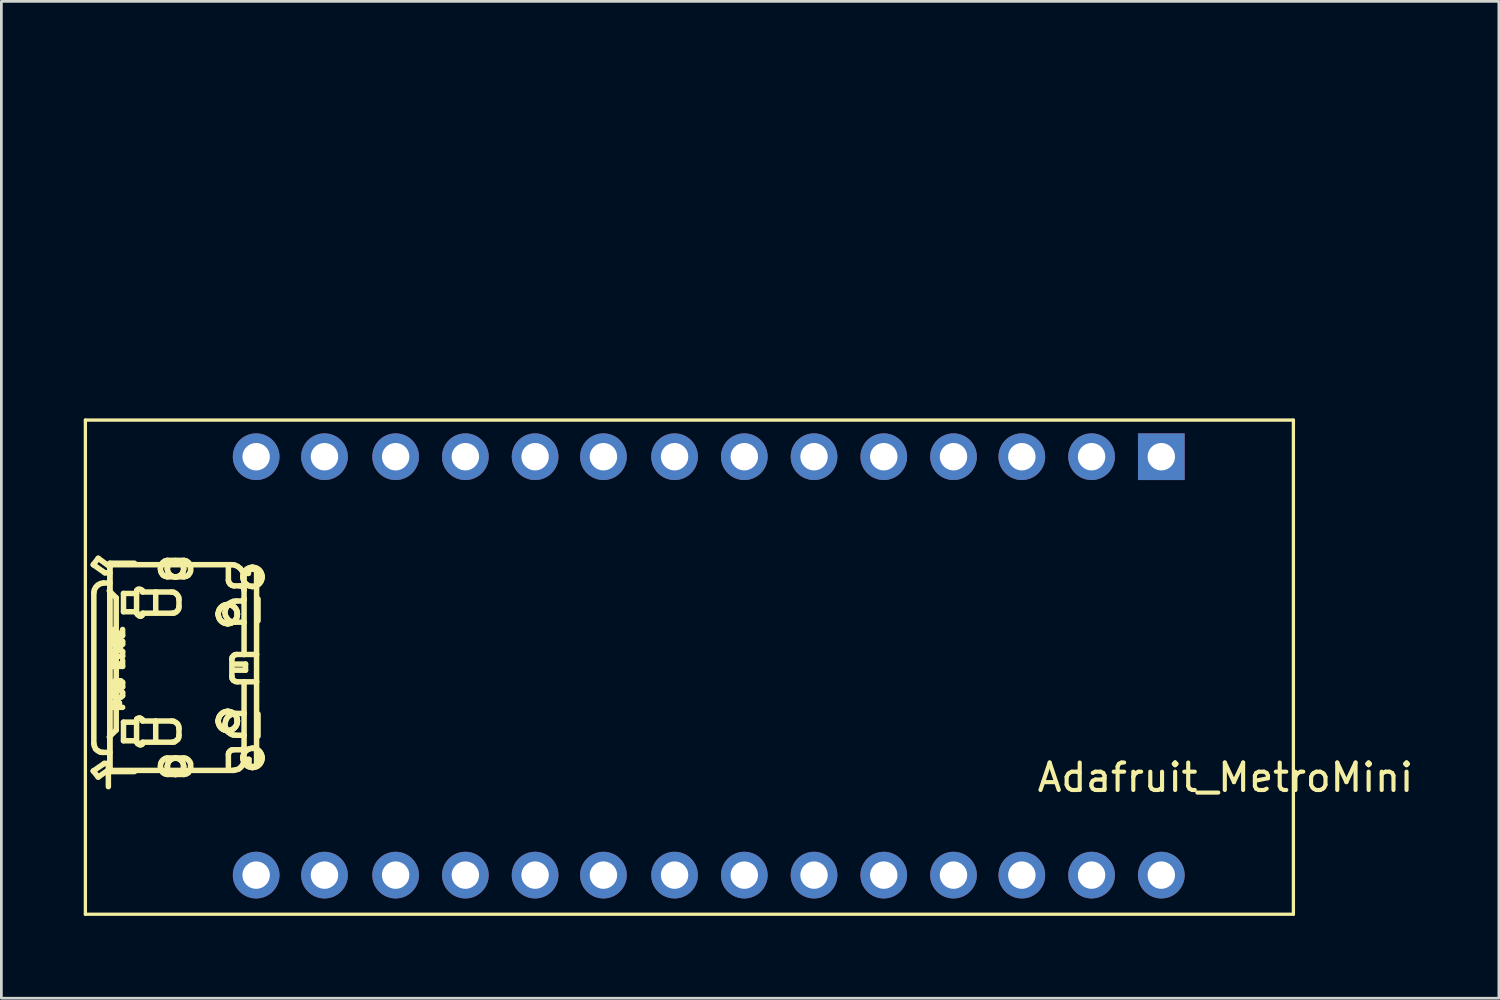
<source format=kicad_pcb>
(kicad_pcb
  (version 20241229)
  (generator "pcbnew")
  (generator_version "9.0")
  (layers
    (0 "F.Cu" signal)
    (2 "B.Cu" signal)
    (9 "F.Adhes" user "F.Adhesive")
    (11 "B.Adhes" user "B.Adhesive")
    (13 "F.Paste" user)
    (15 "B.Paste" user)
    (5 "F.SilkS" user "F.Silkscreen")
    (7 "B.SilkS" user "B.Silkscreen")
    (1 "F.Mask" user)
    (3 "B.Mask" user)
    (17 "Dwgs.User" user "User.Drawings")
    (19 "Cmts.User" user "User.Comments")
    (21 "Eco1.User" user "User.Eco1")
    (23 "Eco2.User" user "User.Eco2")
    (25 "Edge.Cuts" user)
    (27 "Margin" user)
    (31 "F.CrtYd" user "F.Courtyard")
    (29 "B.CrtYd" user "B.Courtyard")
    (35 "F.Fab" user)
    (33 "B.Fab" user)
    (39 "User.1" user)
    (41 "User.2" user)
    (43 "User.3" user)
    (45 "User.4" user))
  (footprint "Adafruit_MetroMini"
    (layer "F.Cu")
    (at 24.06 0.25)
    (property "Reference" "Adafruit_MetroMini" (at 17.526 25.019 0) (layer "F.SilkS") (effects (font (size 1 1) (thickness 0.15))))
    (attr through_hole)
    (fp_line (start -24 12) (end 20 12) (stroke (width 0.12) (type solid)) (layer "F.SilkS"))
    (fp_line (start -24 30) (end -24 12) (stroke (width 0.12) (type solid)) (layer "F.SilkS"))
    (fp_line (start -23.713 17.268) (end -23.29 17.564) (stroke (width 0.2) (type solid)) (layer "F.SilkS"))
    (fp_line (start -23.713 24.782) (end -23.311 24.507) (stroke (width 0.2) (type solid)) (layer "F.SilkS"))
    (fp_line (start -23.692 18.284) (end -23.692 23.787) (stroke (width 0.2) (type solid)) (layer "F.SilkS"))
    (fp_line (start -23.692 23.787) (end -23.671 23.882) (stroke (width 0.2) (type solid)) (layer "F.SilkS"))
    (fp_line (start -23.671 18.178) (end -23.692 18.284) (stroke (width 0.2) (type solid)) (layer "F.SilkS"))
    (fp_line (start -23.671 23.882) (end -23.628 23.978) (stroke (width 0.2) (type solid)) (layer "F.SilkS"))
    (fp_line (start -23.628 23.978) (end -23.554 24.041) (stroke (width 0.2) (type solid)) (layer "F.SilkS"))
    (fp_line (start -23.618 18.083) (end -23.671 18.178) (stroke (width 0.2) (type solid)) (layer "F.SilkS"))
    (fp_line (start -23.554 24.041) (end -23.459 24.094) (stroke (width 0.2) (type solid)) (layer "F.SilkS"))
    (fp_line (start -23.544 18.009) (end -23.618 18.083) (stroke (width 0.2) (type solid)) (layer "F.SilkS"))
    (fp_line (start -23.533 17.035) (end -23.713 17.268) (stroke (width 0.2) (type solid)) (layer "F.SilkS"))
    (fp_line (start -23.533 17.035) (end -23.11 17.342) (stroke (width 0.2) (type solid)) (layer "F.SilkS"))
    (fp_line (start -23.533 25.004) (end -23.713 24.782) (stroke (width 0.2) (type solid)) (layer "F.SilkS"))
    (fp_line (start -23.459 24.094) (end -23.364 24.105) (stroke (width 0.2) (type solid)) (layer "F.SilkS"))
    (fp_line (start -23.448 17.956) (end -23.544 18.009) (stroke (width 0.2) (type solid)) (layer "F.SilkS"))
    (fp_line (start -23.364 24.105) (end -23.11 24.105) (stroke (width 0.2) (type solid)) (layer "F.SilkS"))
    (fp_line (start -23.343 17.935) (end -23.448 17.956) (stroke (width 0.2) (type solid)) (layer "F.SilkS"))
    (fp_line (start -23.311 24.507) (end -23.163 24.507) (stroke (width 0.2) (type solid)) (layer "F.SilkS"))
    (fp_line (start -23.29 17.564) (end -23.11 17.564) (stroke (width 0.2) (type solid)) (layer "F.SilkS"))
    (fp_line (start -23.163 24.507) (end -23.163 25.353) (stroke (width 0.2) (type solid)) (layer "F.SilkS"))
    (fp_line (start -23.131 18.22) (end -22.877 18.474) (stroke (width 0.2) (type solid)) (layer "F.SilkS"))
    (fp_line (start -23.11 17.215) (end -23.11 24.803) (stroke (width 0.2) (type solid)) (layer "F.SilkS"))
    (fp_line (start -23.11 17.268) (end -23.11 17.342) (stroke (width 0.2) (type solid)) (layer "F.SilkS"))
    (fp_line (start -23.11 17.342) (end -23.11 17.564) (stroke (width 0.2) (type solid)) (layer "F.SilkS"))
    (fp_line (start -23.11 17.564) (end -23.11 17.935) (stroke (width 0.2) (type solid)) (layer "F.SilkS"))
    (fp_line (start -23.11 17.935) (end -23.343 17.935) (stroke (width 0.2) (type solid)) (layer "F.SilkS"))
    (fp_line (start -23.11 17.935) (end -23.11 24.105) (stroke (width 0.2) (type solid)) (layer "F.SilkS"))
    (fp_line (start -23.11 24.105) (end -23.11 24.708) (stroke (width 0.2) (type solid)) (layer "F.SilkS"))
    (fp_line (start -23.11 24.708) (end -23.533 25.004) (stroke (width 0.2) (type solid)) (layer "F.SilkS"))
    (fp_line (start -23.11 24.708) (end -23.11 24.761) (stroke (width 0.2) (type solid)) (layer "F.SilkS"))
    (fp_line (start -23.11 24.761) (end -18.612 24.761) (stroke (width 0.2) (type solid)) (layer "F.SilkS"))
    (fp_line (start -23.11 24.803) (end -22.21 24.803) (stroke (width 0.2) (type solid)) (layer "F.SilkS"))
    (fp_line (start -22.983 19.628) (end -22.983 19.85) (stroke (width 0.2) (type solid)) (layer "F.SilkS"))
    (fp_line (start -22.983 19.85) (end -22.644 19.85) (stroke (width 0.2) (type solid)) (layer "F.SilkS"))
    (fp_line (start -22.983 20.062) (end -22.983 20.168) (stroke (width 0.2) (type solid)) (layer "F.SilkS"))
    (fp_line (start -22.983 20.168) (end -22.919 20.221) (stroke (width 0.2) (type solid)) (layer "F.SilkS"))
    (fp_line (start -22.983 20.432) (end -22.983 20.602) (stroke (width 0.2) (type solid)) (layer "F.SilkS"))
    (fp_line (start -22.983 20.602) (end -22.644 20.602) (stroke (width 0.2) (type solid)) (layer "F.SilkS"))
    (fp_line (start -22.983 20.75) (end -22.983 20.972) (stroke (width 0.2) (type solid)) (layer "F.SilkS"))
    (fp_line (start -22.983 20.972) (end -22.644 20.972) (stroke (width 0.2) (type solid)) (layer "F.SilkS"))
    (fp_line (start -22.983 21.554) (end -22.919 21.501) (stroke (width 0.2) (type solid)) (layer "F.SilkS"))
    (fp_line (start -22.983 21.723) (end -22.983 21.554) (stroke (width 0.2) (type solid)) (layer "F.SilkS"))
    (fp_line (start -22.983 21.924) (end -22.983 22.041) (stroke (width 0.2) (type solid)) (layer "F.SilkS"))
    (fp_line (start -22.983 22.041) (end -22.919 22.094) (stroke (width 0.2) (type solid)) (layer "F.SilkS"))
    (fp_line (start -22.983 22.305) (end -22.919 22.253) (stroke (width 0.2) (type solid)) (layer "F.SilkS"))
    (fp_line (start -22.983 22.464) (end -22.983 22.305) (stroke (width 0.2) (type solid)) (layer "F.SilkS"))
    (fp_line (start -22.919 20.009) (end -22.983 20.062) (stroke (width 0.2) (type solid)) (layer "F.SilkS"))
    (fp_line (start -22.919 20.221) (end -22.708 20.221) (stroke (width 0.2) (type solid)) (layer "F.SilkS"))
    (fp_line (start -22.919 20.379) (end -22.983 20.432) (stroke (width 0.2) (type solid)) (layer "F.SilkS"))
    (fp_line (start -22.919 21.501) (end -22.866 21.501) (stroke (width 0.2) (type solid)) (layer "F.SilkS"))
    (fp_line (start -22.919 21.872) (end -22.983 21.924) (stroke (width 0.2) (type solid)) (layer "F.SilkS"))
    (fp_line (start -22.919 22.094) (end -22.708 22.094) (stroke (width 0.2) (type solid)) (layer "F.SilkS"))
    (fp_line (start -22.919 22.253) (end -22.813 22.253) (stroke (width 0.2) (type solid)) (layer "F.SilkS"))
    (fp_line (start -22.877 18.474) (end -22.877 23.29) (stroke (width 0.2) (type solid)) (layer "F.SilkS"))
    (fp_line (start -22.877 23.29) (end -23.131 23.544) (stroke (width 0.2) (type solid)) (layer "F.SilkS"))
    (fp_line (start -22.866 21.501) (end -22.813 21.554) (stroke (width 0.2) (type solid)) (layer "F.SilkS"))
    (fp_line (start -22.813 19.85) (end -22.813 19.744) (stroke (width 0.2) (type solid)) (layer "F.SilkS"))
    (fp_line (start -22.813 20.009) (end -22.813 20.115) (stroke (width 0.2) (type solid)) (layer "F.SilkS"))
    (fp_line (start -22.813 20.972) (end -22.813 20.866) (stroke (width 0.2) (type solid)) (layer "F.SilkS"))
    (fp_line (start -22.813 21.554) (end -22.761 21.501) (stroke (width 0.2) (type solid)) (layer "F.SilkS"))
    (fp_line (start -22.813 21.723) (end -22.813 21.554) (stroke (width 0.2) (type solid)) (layer "F.SilkS"))
    (fp_line (start -22.813 22.253) (end -22.761 22.305) (stroke (width 0.2) (type solid)) (layer "F.SilkS"))
    (fp_line (start -22.761 21.501) (end -22.708 21.501) (stroke (width 0.2) (type solid)) (layer "F.SilkS"))
    (fp_line (start -22.761 22.305) (end -22.761 22.464) (stroke (width 0.2) (type solid)) (layer "F.SilkS"))
    (fp_line (start -22.708 20.009) (end -22.813 20.009) (stroke (width 0.2) (type solid)) (layer "F.SilkS"))
    (fp_line (start -22.708 20.221) (end -22.644 20.168) (stroke (width 0.2) (type solid)) (layer "F.SilkS"))
    (fp_line (start -22.708 20.379) (end -22.919 20.379) (stroke (width 0.2) (type solid)) (layer "F.SilkS"))
    (fp_line (start -22.708 21.501) (end -22.644 21.554) (stroke (width 0.2) (type solid)) (layer "F.SilkS"))
    (fp_line (start -22.708 22.094) (end -22.644 22.041) (stroke (width 0.2) (type solid)) (layer "F.SilkS"))
    (fp_line (start -22.644 19.85) (end -22.644 19.628) (stroke (width 0.2) (type solid)) (layer "F.SilkS"))
    (fp_line (start -22.644 20.062) (end -22.708 20.009) (stroke (width 0.2) (type solid)) (layer "F.SilkS"))
    (fp_line (start -22.644 20.168) (end -22.644 20.062) (stroke (width 0.2) (type solid)) (layer "F.SilkS"))
    (fp_line (start -22.644 20.432) (end -22.708 20.379) (stroke (width 0.2) (type solid)) (layer "F.SilkS"))
    (fp_line (start -22.644 20.602) (end -22.644 20.432) (stroke (width 0.2) (type solid)) (layer "F.SilkS"))
    (fp_line (start -22.644 20.972) (end -22.644 20.75) (stroke (width 0.2) (type solid)) (layer "F.SilkS"))
    (fp_line (start -22.644 21.554) (end -22.644 21.723) (stroke (width 0.2) (type solid)) (layer "F.SilkS"))
    (fp_line (start -22.644 21.723) (end -22.983 21.723) (stroke (width 0.2) (type solid)) (layer "F.SilkS"))
    (fp_line (start -22.644 21.924) (end -22.708 21.872) (stroke (width 0.2) (type solid)) (layer "F.SilkS"))
    (fp_line (start -22.644 22.041) (end -22.644 21.924) (stroke (width 0.2) (type solid)) (layer "F.SilkS"))
    (fp_line (start -22.644 22.464) (end -22.983 22.464) (stroke (width 0.2) (type solid)) (layer "F.SilkS"))
    (fp_line (start -22.612 18.316) (end -22.136 18.316) (stroke (width 0.2) (type solid)) (layer "F.SilkS"))
    (fp_line (start -22.612 18.982) (end -22.612 18.316) (stroke (width 0.2) (type solid)) (layer "F.SilkS"))
    (fp_line (start -22.612 23.004) (end -22.136 23.004) (stroke (width 0.2) (type solid)) (layer "F.SilkS"))
    (fp_line (start -22.612 23.681) (end -22.612 23.004) (stroke (width 0.2) (type solid)) (layer "F.SilkS"))
    (fp_line (start -22.21 17.215) (end -23.11 17.215) (stroke (width 0.2) (type solid)) (layer "F.SilkS"))
    (fp_line (start -22.136 18.316) (end -22.136 18.241) (stroke (width 0.2) (type solid)) (layer "F.SilkS"))
    (fp_line (start -22.136 18.316) (end -22.136 19.014) (stroke (width 0.2) (type solid)) (layer "F.SilkS"))
    (fp_line (start -22.136 18.982) (end -22.612 18.982) (stroke (width 0.2) (type solid)) (layer "F.SilkS"))
    (fp_line (start -22.136 18.982) (end -22.126 19.046) (stroke (width 0.2) (type solid)) (layer "F.SilkS"))
    (fp_line (start -22.136 23.004) (end -22.136 22.93) (stroke (width 0.2) (type solid)) (layer "F.SilkS"))
    (fp_line (start -22.136 23.004) (end -22.136 23.713) (stroke (width 0.2) (type solid)) (layer "F.SilkS"))
    (fp_line (start -22.136 23.681) (end -22.612 23.681) (stroke (width 0.2) (type solid)) (layer "F.SilkS"))
    (fp_line (start -22.136 23.681) (end -22.126 23.745) (stroke (width 0.2) (type solid)) (layer "F.SilkS"))
    (fp_line (start -22.126 18.199) (end -22.136 18.241) (stroke (width 0.2) (type solid)) (layer "F.SilkS"))
    (fp_line (start -22.126 19.046) (end -22.094 19.088) (stroke (width 0.2) (type solid)) (layer "F.SilkS"))
    (fp_line (start -22.126 22.888) (end -22.136 22.93) (stroke (width 0.2) (type solid)) (layer "F.SilkS"))
    (fp_line (start -22.126 23.745) (end -22.094 23.787) (stroke (width 0.2) (type solid)) (layer "F.SilkS"))
    (fp_line (start -22.094 19.088) (end -22.041 19.13) (stroke (width 0.2) (type solid)) (layer "F.SilkS"))
    (fp_line (start -22.094 23.787) (end -22.041 23.819) (stroke (width 0.2) (type solid)) (layer "F.SilkS"))
    (fp_line (start -22.083 18.167) (end -22.126 18.199) (stroke (width 0.2) (type solid)) (layer "F.SilkS"))
    (fp_line (start -22.083 22.866) (end -22.126 22.888) (stroke (width 0.2) (type solid)) (layer "F.SilkS"))
    (fp_line (start -22.041 18.167) (end -22.083 18.167) (stroke (width 0.2) (type solid)) (layer "F.SilkS"))
    (fp_line (start -22.041 18.167) (end -22.009 18.167) (stroke (width 0.2) (type solid)) (layer "F.SilkS"))
    (fp_line (start -22.041 19.13) (end -21.988 19.141) (stroke (width 0.2) (type solid)) (layer "F.SilkS"))
    (fp_line (start -22.041 22.856) (end -22.083 22.866) (stroke (width 0.2) (type solid)) (layer "F.SilkS"))
    (fp_line (start -22.041 22.856) (end -22.009 22.856) (stroke (width 0.2) (type solid)) (layer "F.SilkS"))
    (fp_line (start -22.041 23.819) (end -21.988 23.829) (stroke (width 0.2) (type solid)) (layer "F.SilkS"))
    (fp_line (start -21.988 19.141) (end -21.956 19.13) (stroke (width 0.2) (type solid)) (layer "F.SilkS"))
    (fp_line (start -21.988 23.829) (end -21.956 23.819) (stroke (width 0.2) (type solid)) (layer "F.SilkS"))
    (fp_line (start -21.967 18.178) (end -22.009 18.167) (stroke (width 0.2) (type solid)) (layer "F.SilkS"))
    (fp_line (start -21.967 22.877) (end -22.009 22.856) (stroke (width 0.2) (type solid)) (layer "F.SilkS"))
    (fp_line (start -21.956 19.13) (end -21.924 19.099) (stroke (width 0.2) (type solid)) (layer "F.SilkS"))
    (fp_line (start -21.956 23.819) (end -21.924 23.798) (stroke (width 0.2) (type solid)) (layer "F.SilkS"))
    (fp_line (start -21.924 18.21) (end -21.967 18.178) (stroke (width 0.2) (type solid)) (layer "F.SilkS"))
    (fp_line (start -21.924 19.099) (end -21.914 19.067) (stroke (width 0.2) (type solid)) (layer "F.SilkS"))
    (fp_line (start -21.924 22.909) (end -21.967 22.877) (stroke (width 0.2) (type solid)) (layer "F.SilkS"))
    (fp_line (start -21.924 23.798) (end -21.914 23.755) (stroke (width 0.2) (type solid)) (layer "F.SilkS"))
    (fp_line (start -21.914 18.263) (end -21.924 18.21) (stroke (width 0.2) (type solid)) (layer "F.SilkS"))
    (fp_line (start -21.914 18.263) (end -21.438 18.263) (stroke (width 0.2) (type solid)) (layer "F.SilkS"))
    (fp_line (start -21.914 19.035) (end -21.914 19.067) (stroke (width 0.2) (type solid)) (layer "F.SilkS"))
    (fp_line (start -21.914 22.962) (end -21.924 22.909) (stroke (width 0.2) (type solid)) (layer "F.SilkS"))
    (fp_line (start -21.914 22.962) (end -21.438 22.962) (stroke (width 0.2) (type solid)) (layer "F.SilkS"))
    (fp_line (start -21.914 23.734) (end -21.914 23.755) (stroke (width 0.2) (type solid)) (layer "F.SilkS"))
    (fp_line (start -21.438 18.263) (end -21.438 19.014) (stroke (width 0.2) (type solid)) (layer "F.SilkS"))
    (fp_line (start -21.438 18.263) (end -20.866 18.263) (stroke (width 0.2) (type solid)) (layer "F.SilkS"))
    (fp_line (start -21.438 22.962) (end -21.438 23.713) (stroke (width 0.2) (type solid)) (layer "F.SilkS"))
    (fp_line (start -21.438 22.962) (end -20.866 22.962) (stroke (width 0.2) (type solid)) (layer "F.SilkS"))
    (fp_line (start -21.268 17.416) (end -21.258 17.501) (stroke (width 0.2) (type solid)) (layer "F.SilkS"))
    (fp_line (start -21.268 24.613) (end -21.258 24.697) (stroke (width 0.2) (type solid)) (layer "F.SilkS"))
    (fp_line (start -21.258 17.331) (end -21.268 17.416) (stroke (width 0.2) (type solid)) (layer "F.SilkS"))
    (fp_line (start -21.258 17.501) (end -21.226 17.575) (stroke (width 0.2) (type solid)) (layer "F.SilkS"))
    (fp_line (start -21.258 24.517) (end -21.268 24.613) (stroke (width 0.2) (type solid)) (layer "F.SilkS"))
    (fp_line (start -21.258 24.697) (end -21.226 24.771) (stroke (width 0.2) (type solid)) (layer "F.SilkS"))
    (fp_line (start -21.226 17.247) (end -21.258 17.331) (stroke (width 0.2) (type solid)) (layer "F.SilkS"))
    (fp_line (start -21.226 17.575) (end -21.173 17.649) (stroke (width 0.2) (type solid)) (layer "F.SilkS"))
    (fp_line (start -21.226 24.443) (end -21.258 24.517) (stroke (width 0.2) (type solid)) (layer "F.SilkS"))
    (fp_line (start -21.226 24.771) (end -21.173 24.845) (stroke (width 0.2) (type solid)) (layer "F.SilkS"))
    (fp_line (start -21.173 17.183) (end -21.226 17.247) (stroke (width 0.2) (type solid)) (layer "F.SilkS"))
    (fp_line (start -21.173 17.649) (end -21.099 17.691) (stroke (width 0.2) (type solid)) (layer "F.SilkS"))
    (fp_line (start -21.173 24.38) (end -21.226 24.443) (stroke (width 0.2) (type solid)) (layer "F.SilkS"))
    (fp_line (start -21.173 24.845) (end -21.099 24.888) (stroke (width 0.2) (type solid)) (layer "F.SilkS"))
    (fp_line (start -21.099 17.13) (end -21.173 17.183) (stroke (width 0.2) (type solid)) (layer "F.SilkS"))
    (fp_line (start -21.099 17.691) (end -21.014 17.712) (stroke (width 0.2) (type solid)) (layer "F.SilkS"))
    (fp_line (start -21.099 24.327) (end -21.173 24.38) (stroke (width 0.2) (type solid)) (layer "F.SilkS"))
    (fp_line (start -21.099 24.888) (end -21.014 24.909) (stroke (width 0.2) (type solid)) (layer "F.SilkS"))
    (fp_line (start -21.014 17.109) (end -21.099 17.13) (stroke (width 0.2) (type solid)) (layer "F.SilkS"))
    (fp_line (start -21.014 17.109) (end -20.411 17.109) (stroke (width 0.2) (type solid)) (layer "F.SilkS"))
    (fp_line (start -21.014 24.306) (end -21.099 24.327) (stroke (width 0.2) (type solid)) (layer "F.SilkS"))
    (fp_line (start -21.014 24.306) (end -20.411 24.306) (stroke (width 0.2) (type solid)) (layer "F.SilkS"))
    (fp_line (start -20.834 19.035) (end -21.914 19.035) (stroke (width 0.2) (type solid)) (layer "F.SilkS"))
    (fp_line (start -20.834 19.035) (end -20.76 19.025) (stroke (width 0.2) (type solid)) (layer "F.SilkS"))
    (fp_line (start -20.834 23.734) (end -21.914 23.734) (stroke (width 0.2) (type solid)) (layer "F.SilkS"))
    (fp_line (start -20.834 23.734) (end -20.76 23.724) (stroke (width 0.2) (type solid)) (layer "F.SilkS"))
    (fp_line (start -20.781 18.273) (end -20.866 18.263) (stroke (width 0.2) (type solid)) (layer "F.SilkS"))
    (fp_line (start -20.781 22.972) (end -20.866 22.962) (stroke (width 0.2) (type solid)) (layer "F.SilkS"))
    (fp_line (start -20.76 19.025) (end -20.697 18.993) (stroke (width 0.2) (type solid)) (layer "F.SilkS"))
    (fp_line (start -20.76 23.724) (end -20.697 23.681) (stroke (width 0.2) (type solid)) (layer "F.SilkS"))
    (fp_line (start -20.707 18.316) (end -20.781 18.273) (stroke (width 0.2) (type solid)) (layer "F.SilkS"))
    (fp_line (start -20.707 23.015) (end -20.781 22.972) (stroke (width 0.2) (type solid)) (layer "F.SilkS"))
    (fp_line (start -20.697 18.993) (end -20.633 18.929) (stroke (width 0.2) (type solid)) (layer "F.SilkS"))
    (fp_line (start -20.697 23.681) (end -20.633 23.628) (stroke (width 0.2) (type solid)) (layer "F.SilkS"))
    (fp_line (start -20.644 18.379) (end -20.707 18.316) (stroke (width 0.2) (type solid)) (layer "F.SilkS"))
    (fp_line (start -20.644 23.067) (end -20.707 23.015) (stroke (width 0.2) (type solid)) (layer "F.SilkS"))
    (fp_line (start -20.633 18.929) (end -20.602 18.866) (stroke (width 0.2) (type solid)) (layer "F.SilkS"))
    (fp_line (start -20.633 23.628) (end -20.602 23.565) (stroke (width 0.2) (type solid)) (layer "F.SilkS"))
    (fp_line (start -20.602 18.453) (end -20.644 18.379) (stroke (width 0.2) (type solid)) (layer "F.SilkS"))
    (fp_line (start -20.602 18.866) (end -20.591 18.792) (stroke (width 0.2) (type solid)) (layer "F.SilkS"))
    (fp_line (start -20.602 23.152) (end -20.644 23.067) (stroke (width 0.2) (type solid)) (layer "F.SilkS"))
    (fp_line (start -20.602 23.565) (end -20.591 23.48) (stroke (width 0.2) (type solid)) (layer "F.SilkS"))
    (fp_line (start -20.591 18.538) (end -20.602 18.453) (stroke (width 0.2) (type solid)) (layer "F.SilkS"))
    (fp_line (start -20.591 18.538) (end -20.591 18.792) (stroke (width 0.2) (type solid)) (layer "F.SilkS"))
    (fp_line (start -20.591 23.237) (end -20.602 23.152) (stroke (width 0.2) (type solid)) (layer "F.SilkS"))
    (fp_line (start -20.591 23.237) (end -20.591 23.48) (stroke (width 0.2) (type solid)) (layer "F.SilkS"))
    (fp_line (start -20.411 17.712) (end -21.014 17.712) (stroke (width 0.2) (type solid)) (layer "F.SilkS"))
    (fp_line (start -20.411 17.712) (end -20.326 17.691) (stroke (width 0.2) (type solid)) (layer "F.SilkS"))
    (fp_line (start -20.411 24.909) (end -21.014 24.909) (stroke (width 0.2) (type solid)) (layer "F.SilkS"))
    (fp_line (start -20.411 24.909) (end -20.326 24.888) (stroke (width 0.2) (type solid)) (layer "F.SilkS"))
    (fp_line (start -20.326 17.13) (end -20.411 17.109) (stroke (width 0.2) (type solid)) (layer "F.SilkS"))
    (fp_line (start -20.326 17.691) (end -20.252 17.649) (stroke (width 0.2) (type solid)) (layer "F.SilkS"))
    (fp_line (start -20.326 24.327) (end -20.411 24.306) (stroke (width 0.2) (type solid)) (layer "F.SilkS"))
    (fp_line (start -20.326 24.888) (end -20.252 24.845) (stroke (width 0.2) (type solid)) (layer "F.SilkS"))
    (fp_line (start -20.252 17.183) (end -20.326 17.13) (stroke (width 0.2) (type solid)) (layer "F.SilkS"))
    (fp_line (start -20.252 17.649) (end -20.199 17.575) (stroke (width 0.2) (type solid)) (layer "F.SilkS"))
    (fp_line (start -20.252 24.38) (end -20.326 24.327) (stroke (width 0.2) (type solid)) (layer "F.SilkS"))
    (fp_line (start -20.252 24.845) (end -20.199 24.771) (stroke (width 0.2) (type solid)) (layer "F.SilkS"))
    (fp_line (start -20.199 17.247) (end -20.252 17.183) (stroke (width 0.2) (type solid)) (layer "F.SilkS"))
    (fp_line (start -20.199 17.575) (end -20.168 17.501) (stroke (width 0.2) (type solid)) (layer "F.SilkS"))
    (fp_line (start -20.199 24.443) (end -20.252 24.38) (stroke (width 0.2) (type solid)) (layer "F.SilkS"))
    (fp_line (start -20.199 24.771) (end -20.168 24.697) (stroke (width 0.2) (type solid)) (layer "F.SilkS"))
    (fp_line (start -20.168 17.331) (end -20.199 17.247) (stroke (width 0.2) (type solid)) (layer "F.SilkS"))
    (fp_line (start -20.168 17.416) (end -20.168 17.331) (stroke (width 0.2) (type solid)) (layer "F.SilkS"))
    (fp_line (start -20.168 17.501) (end -20.168 17.416) (stroke (width 0.2) (type solid)) (layer "F.SilkS"))
    (fp_line (start -20.168 24.517) (end -20.199 24.443) (stroke (width 0.2) (type solid)) (layer "F.SilkS"))
    (fp_line (start -20.168 24.613) (end -20.168 24.517) (stroke (width 0.2) (type solid)) (layer "F.SilkS"))
    (fp_line (start -20.168 24.697) (end -20.168 24.613) (stroke (width 0.2) (type solid)) (layer "F.SilkS"))
    (fp_line (start -18.919 19.014) (end -18.898 19.12) (stroke (width 0.2) (type solid)) (layer "F.SilkS"))
    (fp_line (start -18.919 23.089) (end -18.898 23.184) (stroke (width 0.2) (type solid)) (layer "F.SilkS"))
    (fp_line (start -18.898 18.898) (end -18.919 19.014) (stroke (width 0.2) (type solid)) (layer "F.SilkS"))
    (fp_line (start -18.898 19.12) (end -18.845 19.215) (stroke (width 0.2) (type solid)) (layer "F.SilkS"))
    (fp_line (start -18.898 22.983) (end -18.919 23.089) (stroke (width 0.2) (type solid)) (layer "F.SilkS"))
    (fp_line (start -18.898 23.184) (end -18.866 23.279) (stroke (width 0.2) (type solid)) (layer "F.SilkS"))
    (fp_line (start -18.866 22.888) (end -18.898 22.983) (stroke (width 0.2) (type solid)) (layer "F.SilkS"))
    (fp_line (start -18.866 23.279) (end -18.802 23.364) (stroke (width 0.2) (type solid)) (layer "F.SilkS"))
    (fp_line (start -18.855 18.802) (end -18.898 18.898) (stroke (width 0.2) (type solid)) (layer "F.SilkS"))
    (fp_line (start -18.845 19.215) (end -18.771 19.3) (stroke (width 0.2) (type solid)) (layer "F.SilkS"))
    (fp_line (start -18.802 22.803) (end -18.866 22.888) (stroke (width 0.2) (type solid)) (layer "F.SilkS"))
    (fp_line (start -18.802 23.364) (end -18.718 23.427) (stroke (width 0.2) (type solid)) (layer "F.SilkS"))
    (fp_line (start -18.792 17.289) (end -18.792 17.839) (stroke (width 0.2) (type solid)) (layer "F.SilkS"))
    (fp_line (start -18.792 17.839) (end -18.771 17.913) (stroke (width 0.2) (type solid)) (layer "F.SilkS"))
    (fp_line (start -18.792 18.707) (end -18.855 18.802) (stroke (width 0.2) (type solid)) (layer "F.SilkS"))
    (fp_line (start -18.792 24.179) (end -18.792 24.729) (stroke (width 0.2) (type solid)) (layer "F.SilkS"))
    (fp_line (start -18.781 24.115) (end -18.792 24.179) (stroke (width 0.2) (type solid)) (layer "F.SilkS"))
    (fp_line (start -18.771 17.913) (end -18.728 17.977) (stroke (width 0.2) (type solid)) (layer "F.SilkS"))
    (fp_line (start -18.771 19.3) (end -18.675 19.342) (stroke (width 0.2) (type solid)) (layer "F.SilkS"))
    (fp_line (start -18.739 24.062) (end -18.781 24.115) (stroke (width 0.2) (type solid)) (layer "F.SilkS"))
    (fp_line (start -18.728 17.977) (end -18.665 18.019) (stroke (width 0.2) (type solid)) (layer "F.SilkS"))
    (fp_line (start -18.718 22.739) (end -18.802 22.803) (stroke (width 0.2) (type solid)) (layer "F.SilkS"))
    (fp_line (start -18.718 23.427) (end -18.622 23.47) (stroke (width 0.2) (type solid)) (layer "F.SilkS"))
    (fp_line (start -18.707 18.644) (end -18.792 18.707) (stroke (width 0.2) (type solid)) (layer "F.SilkS"))
    (fp_line (start -18.686 17.268) (end -23.11 17.268) (stroke (width 0.2) (type solid)) (layer "F.SilkS"))
    (fp_line (start -18.686 24.02) (end -18.739 24.062) (stroke (width 0.2) (type solid)) (layer "F.SilkS"))
    (fp_line (start -18.675 19.342) (end -18.57 19.363) (stroke (width 0.2) (type solid)) (layer "F.SilkS"))
    (fp_line (start -18.665 18.019) (end -18.591 18.04) (stroke (width 0.2) (type solid)) (layer "F.SilkS"))
    (fp_line (start -18.665 21.332) (end -18.665 20.707) (stroke (width 0.2) (type solid)) (layer "F.SilkS"))
    (fp_line (start -18.665 21.332) (end -18.654 21.416) (stroke (width 0.2) (type solid)) (layer "F.SilkS"))
    (fp_line (start -18.654 20.644) (end -18.665 20.707) (stroke (width 0.2) (type solid)) (layer "F.SilkS"))
    (fp_line (start -18.654 21.416) (end -18.612 21.48) (stroke (width 0.2) (type solid)) (layer "F.SilkS"))
    (fp_line (start -18.644 20.887) (end -18.167 20.887) (stroke (width 0.2) (type solid)) (layer "F.SilkS"))
    (fp_line (start -18.622 22.697) (end -18.718 22.739) (stroke (width 0.2) (type solid)) (layer "F.SilkS"))
    (fp_line (start -18.622 23.47) (end -18.517 23.48) (stroke (width 0.2) (type solid)) (layer "F.SilkS"))
    (fp_line (start -18.612 20.591) (end -18.654 20.644) (stroke (width 0.2) (type solid)) (layer "F.SilkS"))
    (fp_line (start -18.612 21.48) (end -18.538 21.522) (stroke (width 0.2) (type solid)) (layer "F.SilkS"))
    (fp_line (start -18.612 24.009) (end -18.686 24.02) (stroke (width 0.2) (type solid)) (layer "F.SilkS"))
    (fp_line (start -18.612 24.761) (end -18.517 24.74) (stroke (width 0.2) (type solid)) (layer "F.SilkS"))
    (fp_line (start -18.601 18.601) (end -18.707 18.644) (stroke (width 0.2) (type solid)) (layer "F.SilkS"))
    (fp_line (start -18.591 18.04) (end -18.368 18.04) (stroke (width 0.2) (type solid)) (layer "F.SilkS"))
    (fp_line (start -18.57 17.278) (end -18.686 17.268) (stroke (width 0.2) (type solid)) (layer "F.SilkS"))
    (fp_line (start -18.57 19.363) (end -18.22 19.363) (stroke (width 0.2) (type solid)) (layer "F.SilkS"))
    (fp_line (start -18.559 20.549) (end -18.612 20.591) (stroke (width 0.2) (type solid)) (layer "F.SilkS"))
    (fp_line (start -18.538 21.522) (end -18.464 21.533) (stroke (width 0.2) (type solid)) (layer "F.SilkS"))
    (fp_line (start -18.517 22.686) (end -18.622 22.697) (stroke (width 0.2) (type solid)) (layer "F.SilkS"))
    (fp_line (start -18.517 23.48) (end -18.22 23.48) (stroke (width 0.2) (type solid)) (layer "F.SilkS"))
    (fp_line (start -18.517 24.74) (end -18.411 24.708) (stroke (width 0.2) (type solid)) (layer "F.SilkS"))
    (fp_line (start -18.495 18.591) (end -18.601 18.601) (stroke (width 0.2) (type solid)) (layer "F.SilkS"))
    (fp_line (start -18.495 20.538) (end -18.559 20.549) (stroke (width 0.2) (type solid)) (layer "F.SilkS"))
    (fp_line (start -18.495 20.538) (end -18.22 20.538) (stroke (width 0.2) (type solid)) (layer "F.SilkS"))
    (fp_line (start -18.453 17.331) (end -18.57 17.278) (stroke (width 0.2) (type solid)) (layer "F.SilkS"))
    (fp_line (start -18.411 24.708) (end -18.337 24.644) (stroke (width 0.2) (type solid)) (layer "F.SilkS"))
    (fp_line (start -18.358 17.405) (end -18.453 17.331) (stroke (width 0.2) (type solid)) (layer "F.SilkS"))
    (fp_line (start -18.337 24.644) (end -18.273 24.56) (stroke (width 0.2) (type solid)) (layer "F.SilkS"))
    (fp_line (start -18.305 18.051) (end -18.368 18.04) (stroke (width 0.2) (type solid)) (layer "F.SilkS"))
    (fp_line (start -18.294 18.591) (end -18.495 18.591) (stroke (width 0.2) (type solid)) (layer "F.SilkS"))
    (fp_line (start -18.294 18.591) (end -18.252 18.58) (stroke (width 0.2) (type solid)) (layer "F.SilkS"))
    (fp_line (start -18.294 24.009) (end -18.612 24.009) (stroke (width 0.2) (type solid)) (layer "F.SilkS"))
    (fp_line (start -18.294 24.009) (end -18.252 23.999) (stroke (width 0.2) (type solid)) (layer "F.SilkS"))
    (fp_line (start -18.284 17.501) (end -18.358 17.405) (stroke (width 0.2) (type solid)) (layer "F.SilkS"))
    (fp_line (start -18.273 24.56) (end -18.231 24.464) (stroke (width 0.2) (type solid)) (layer "F.SilkS"))
    (fp_line (start -18.263 18.083) (end -18.305 18.051) (stroke (width 0.2) (type solid)) (layer "F.SilkS"))
    (fp_line (start -18.252 18.58) (end -18.22 18.548) (stroke (width 0.2) (type solid)) (layer "F.SilkS"))
    (fp_line (start -18.252 23.999) (end -18.22 23.967) (stroke (width 0.2) (type solid)) (layer "F.SilkS"))
    (fp_line (start -18.231 17.617) (end -18.284 17.501) (stroke (width 0.2) (type solid)) (layer "F.SilkS"))
    (fp_line (start -18.231 18.136) (end -18.263 18.083) (stroke (width 0.2) (type solid)) (layer "F.SilkS"))
    (fp_line (start -18.231 24.464) (end -18.22 24.359) (stroke (width 0.2) (type solid)) (layer "F.SilkS"))
    (fp_line (start -18.22 17.733) (end -18.231 17.617) (stroke (width 0.2) (type solid)) (layer "F.SilkS"))
    (fp_line (start -18.22 18.189) (end -18.231 18.136) (stroke (width 0.2) (type solid)) (layer "F.SilkS"))
    (fp_line (start -18.22 18.189) (end -18.22 17.733) (stroke (width 0.2) (type solid)) (layer "F.SilkS"))
    (fp_line (start -18.22 18.189) (end -18.22 18.517) (stroke (width 0.2) (type solid)) (layer "F.SilkS"))
    (fp_line (start -18.22 18.548) (end -18.22 18.517) (stroke (width 0.2) (type solid)) (layer "F.SilkS"))
    (fp_line (start -18.22 19.363) (end -18.22 18.517) (stroke (width 0.2) (type solid)) (layer "F.SilkS"))
    (fp_line (start -18.22 20.538) (end -18.22 19.363) (stroke (width 0.2) (type solid)) (layer "F.SilkS"))
    (fp_line (start -18.22 20.538) (end -17.765 20.538) (stroke (width 0.2) (type solid)) (layer "F.SilkS"))
    (fp_line (start -18.22 21.533) (end -18.464 21.533) (stroke (width 0.2) (type solid)) (layer "F.SilkS"))
    (fp_line (start -18.22 22.686) (end -18.517 22.686) (stroke (width 0.2) (type solid)) (layer "F.SilkS"))
    (fp_line (start -18.22 22.686) (end -18.22 21.533) (stroke (width 0.2) (type solid)) (layer "F.SilkS"))
    (fp_line (start -18.22 23.48) (end -18.22 22.686) (stroke (width 0.2) (type solid)) (layer "F.SilkS"))
    (fp_line (start -18.22 23.48) (end -18.22 23.935) (stroke (width 0.2) (type solid)) (layer "F.SilkS"))
    (fp_line (start -18.22 23.967) (end -18.22 23.935) (stroke (width 0.2) (type solid)) (layer "F.SilkS"))
    (fp_line (start -18.22 24.359) (end -18.22 23.935) (stroke (width 0.2) (type solid)) (layer "F.SilkS"))
    (fp_line (start -18.189 17.585) (end -18.062 17.585) (stroke (width 0.2) (type solid)) (layer "F.SilkS"))
    (fp_line (start -18.167 20.887) (end -18.167 21.11) (stroke (width 0.2) (type solid)) (layer "F.SilkS"))
    (fp_line (start -18.167 21.11) (end -18.644 21.11) (stroke (width 0.2) (type solid)) (layer "F.SilkS"))
    (fp_line (start -18.062 17.437) (end -17.765 17.437) (stroke (width 0.2) (type solid)) (layer "F.SilkS"))
    (fp_line (start -18.062 17.585) (end -18.062 17.437) (stroke (width 0.2) (type solid)) (layer "F.SilkS"))
    (fp_line (start -18.04 24.359) (end -18.22 24.359) (stroke (width 0.2) (type solid)) (layer "F.SilkS"))
    (fp_line (start -18.04 24.613) (end -18.04 24.359) (stroke (width 0.2) (type solid)) (layer "F.SilkS"))
    (fp_line (start -17.765 17.437) (end -17.765 20.538) (stroke (width 0.2) (type solid)) (layer "F.SilkS"))
    (fp_line (start -17.765 20.538) (end -17.765 21.533) (stroke (width 0.2) (type solid)) (layer "F.SilkS"))
    (fp_line (start -17.765 21.533) (end -18.22 21.533) (stroke (width 0.2) (type solid)) (layer "F.SilkS"))
    (fp_line (start -17.765 21.533) (end -17.765 24.613) (stroke (width 0.2) (type solid)) (layer "F.SilkS"))
    (fp_line (start -17.765 24.613) (end -18.04 24.613) (stroke (width 0.2) (type solid)) (layer "F.SilkS"))
    (fp_line (start -17.712 18.517) (end -17.712 19.31) (stroke (width 0.2) (type solid)) (layer "F.SilkS"))
    (fp_line (start -17.712 22.708) (end -17.712 23.512) (stroke (width 0.2) (type solid)) (layer "F.SilkS"))
    (fp_line (start 20 12) (end 20 30) (stroke (width 0.12) (type solid)) (layer "F.SilkS"))
    (fp_line (start 20 30) (end -24 30) (stroke (width 0.12) (type solid)) (layer "F.SilkS"))
    (fp_curve (pts (xy -21.014 17.416) (xy -21.014 17.252) (xy -20.882 17.12) (xy -20.718 17.12)) (stroke (width 0.2) (type solid)) (layer "F.SilkS"))
    (fp_curve (pts (xy -21.014 17.416) (xy -21.014 17.252) (xy -20.882 17.12) (xy -20.718 17.12)) (stroke (width 0.2) (type solid)) (layer "F.SilkS"))
    (fp_curve (pts (xy -21.014 24.613) (xy -21.014 24.449) (xy -20.882 24.316) (xy -20.718 24.316)) (stroke (width 0.2) (type solid)) (layer "F.SilkS"))
    (fp_curve (pts (xy -21.014 24.613) (xy -21.014 24.449) (xy -20.882 24.316) (xy -20.718 24.316)) (stroke (width 0.2) (type solid)) (layer "F.SilkS"))
    (fp_curve (pts (xy -20.718 17.12) (xy -20.554 17.12) (xy -20.422 17.252) (xy -20.422 17.416)) (stroke (width 0.2) (type solid)) (layer "F.SilkS"))
    (fp_curve (pts (xy -20.718 17.12) (xy -20.554 17.12) (xy -20.422 17.252) (xy -20.422 17.416)) (stroke (width 0.2) (type solid)) (layer "F.SilkS"))
    (fp_curve (pts (xy -20.718 17.712) (xy -20.882 17.712) (xy -21.014 17.58) (xy -21.014 17.416)) (stroke (width 0.2) (type solid)) (layer "F.SilkS"))
    (fp_curve (pts (xy -20.718 17.712) (xy -20.882 17.712) (xy -21.014 17.58) (xy -21.014 17.416)) (stroke (width 0.2) (type solid)) (layer "F.SilkS"))
    (fp_curve (pts (xy -20.718 24.316) (xy -20.554 24.316) (xy -20.422 24.449) (xy -20.422 24.613)) (stroke (width 0.2) (type solid)) (layer "F.SilkS"))
    (fp_curve (pts (xy -20.718 24.316) (xy -20.554 24.316) (xy -20.422 24.449) (xy -20.422 24.613)) (stroke (width 0.2) (type solid)) (layer "F.SilkS"))
    (fp_curve (pts (xy -20.718 24.909) (xy -20.882 24.909) (xy -21.014 24.776) (xy -21.014 24.613)) (stroke (width 0.2) (type solid)) (layer "F.SilkS"))
    (fp_curve (pts (xy -20.718 24.909) (xy -20.882 24.909) (xy -21.014 24.776) (xy -21.014 24.613)) (stroke (width 0.2) (type solid)) (layer "F.SilkS"))
    (fp_curve (pts (xy -20.422 17.416) (xy -20.422 17.58) (xy -20.554 17.712) (xy -20.718 17.712)) (stroke (width 0.2) (type solid)) (layer "F.SilkS"))
    (fp_curve (pts (xy -20.422 17.416) (xy -20.422 17.58) (xy -20.554 17.712) (xy -20.718 17.712)) (stroke (width 0.2) (type solid)) (layer "F.SilkS"))
    (fp_curve (pts (xy -20.422 24.613) (xy -20.422 24.776) (xy -20.554 24.909) (xy -20.718 24.909)) (stroke (width 0.2) (type solid)) (layer "F.SilkS"))
    (fp_curve (pts (xy -20.422 24.613) (xy -20.422 24.776) (xy -20.554 24.909) (xy -20.718 24.909)) (stroke (width 0.2) (type solid)) (layer "F.SilkS"))
    (fp_curve (pts (xy -19.162 19.067) (xy -19.162 18.874) (xy -19.006 18.718) (xy -18.813 18.718)) (stroke (width 0.2) (type solid)) (layer "F.SilkS"))
    (fp_curve (pts (xy -19.162 19.067) (xy -19.162 18.874) (xy -19.006 18.718) (xy -18.813 18.718)) (stroke (width 0.2) (type solid)) (layer "F.SilkS"))
    (fp_curve (pts (xy -19.162 19.067) (xy -19.162 18.874) (xy -19.006 18.718) (xy -18.813 18.718)) (stroke (width 0.2) (type solid)) (layer "F.SilkS"))
    (fp_curve (pts (xy -19.162 22.962) (xy -19.162 22.769) (xy -19.006 22.612) (xy -18.813 22.612)) (stroke (width 0.2) (type solid)) (layer "F.SilkS"))
    (fp_curve (pts (xy -19.162 22.962) (xy -19.162 22.769) (xy -19.006 22.612) (xy -18.813 22.612)) (stroke (width 0.2) (type solid)) (layer "F.SilkS"))
    (fp_curve (pts (xy -19.162 22.962) (xy -19.162 22.769) (xy -19.006 22.612) (xy -18.813 22.612)) (stroke (width 0.2) (type solid)) (layer "F.SilkS"))
    (fp_curve (pts (xy -18.813 18.718) (xy -18.62 18.718) (xy -18.464 18.874) (xy -18.464 19.067)) (stroke (width 0.2) (type solid)) (layer "F.SilkS"))
    (fp_curve (pts (xy -18.813 18.718) (xy -18.62 18.718) (xy -18.464 18.874) (xy -18.464 19.067)) (stroke (width 0.2) (type solid)) (layer "F.SilkS"))
    (fp_curve (pts (xy -18.813 18.718) (xy -18.62 18.718) (xy -18.464 18.874) (xy -18.464 19.067)) (stroke (width 0.2) (type solid)) (layer "F.SilkS"))
    (fp_curve (pts (xy -18.813 19.416) (xy -19.006 19.416) (xy -19.162 19.26) (xy -19.162 19.067)) (stroke (width 0.2) (type solid)) (layer "F.SilkS"))
    (fp_curve (pts (xy -18.813 19.416) (xy -19.006 19.416) (xy -19.162 19.26) (xy -19.162 19.067)) (stroke (width 0.2) (type solid)) (layer "F.SilkS"))
    (fp_curve (pts (xy -18.813 19.416) (xy -19.006 19.416) (xy -19.162 19.26) (xy -19.162 19.067)) (stroke (width 0.2) (type solid)) (layer "F.SilkS"))
    (fp_curve (pts (xy -18.813 22.612) (xy -18.62 22.612) (xy -18.464 22.769) (xy -18.464 22.962)) (stroke (width 0.2) (type solid)) (layer "F.SilkS"))
    (fp_curve (pts (xy -18.813 22.612) (xy -18.62 22.612) (xy -18.464 22.769) (xy -18.464 22.962)) (stroke (width 0.2) (type solid)) (layer "F.SilkS"))
    (fp_curve (pts (xy -18.813 22.612) (xy -18.62 22.612) (xy -18.464 22.769) (xy -18.464 22.962)) (stroke (width 0.2) (type solid)) (layer "F.SilkS"))
    (fp_curve (pts (xy -18.813 23.311) (xy -19.006 23.311) (xy -19.162 23.154) (xy -19.162 22.962)) (stroke (width 0.2) (type solid)) (layer "F.SilkS"))
    (fp_curve (pts (xy -18.813 23.311) (xy -19.006 23.311) (xy -19.162 23.154) (xy -19.162 22.962)) (stroke (width 0.2) (type solid)) (layer "F.SilkS"))
    (fp_curve (pts (xy -18.813 23.311) (xy -19.006 23.311) (xy -19.162 23.154) (xy -19.162 22.962)) (stroke (width 0.2) (type solid)) (layer "F.SilkS"))
    (fp_curve (pts (xy -18.464 19.067) (xy -18.464 19.26) (xy -18.62 19.416) (xy -18.813 19.416)) (stroke (width 0.2) (type solid)) (layer "F.SilkS"))
    (fp_curve (pts (xy -18.464 19.067) (xy -18.464 19.26) (xy -18.62 19.416) (xy -18.813 19.416)) (stroke (width 0.2) (type solid)) (layer "F.SilkS"))
    (fp_curve (pts (xy -18.464 19.067) (xy -18.464 19.26) (xy -18.62 19.416) (xy -18.813 19.416)) (stroke (width 0.2) (type solid)) (layer "F.SilkS"))
    (fp_curve (pts (xy -18.464 22.962) (xy -18.464 23.154) (xy -18.62 23.311) (xy -18.813 23.311)) (stroke (width 0.2) (type solid)) (layer "F.SilkS"))
    (fp_curve (pts (xy -18.464 22.962) (xy -18.464 23.154) (xy -18.62 23.311) (xy -18.813 23.311)) (stroke (width 0.2) (type solid)) (layer "F.SilkS"))
    (fp_curve (pts (xy -18.464 22.962) (xy -18.464 23.154) (xy -18.62 23.311) (xy -18.813 23.311)) (stroke (width 0.2) (type solid)) (layer "F.SilkS"))
    (fp_curve (pts (xy -18.263 17.712) (xy -18.263 17.519) (xy -18.106 17.363) (xy -17.913 17.363)) (stroke (width 0.2) (type solid)) (layer "F.SilkS"))
    (fp_curve (pts (xy -18.263 17.712) (xy -18.263 17.519) (xy -18.106 17.363) (xy -17.913 17.363)) (stroke (width 0.2) (type solid)) (layer "F.SilkS"))
    (fp_curve (pts (xy -18.263 24.306) (xy -18.263 24.113) (xy -18.106 23.956) (xy -17.913 23.956)) (stroke (width 0.2) (type solid)) (layer "F.SilkS"))
    (fp_curve (pts (xy -18.263 24.306) (xy -18.263 24.113) (xy -18.106 23.956) (xy -17.913 23.956)) (stroke (width 0.2) (type solid)) (layer "F.SilkS"))
    (fp_curve (pts (xy -17.913 17.363) (xy -17.72 17.363) (xy -17.564 17.519) (xy -17.564 17.712)) (stroke (width 0.2) (type solid)) (layer "F.SilkS"))
    (fp_curve (pts (xy -17.913 17.363) (xy -17.72 17.363) (xy -17.564 17.519) (xy -17.564 17.712)) (stroke (width 0.2) (type solid)) (layer "F.SilkS"))
    (fp_curve (pts (xy -17.913 18.062) (xy -18.106 18.062) (xy -18.263 17.905) (xy -18.263 17.712)) (stroke (width 0.2) (type solid)) (layer "F.SilkS"))
    (fp_curve (pts (xy -17.913 18.062) (xy -18.106 18.062) (xy -18.263 17.905) (xy -18.263 17.712)) (stroke (width 0.2) (type solid)) (layer "F.SilkS"))
    (fp_curve (pts (xy -17.913 23.956) (xy -17.72 23.956) (xy -17.564 24.113) (xy -17.564 24.306)) (stroke (width 0.2) (type solid)) (layer "F.SilkS"))
    (fp_curve (pts (xy -17.913 23.956) (xy -17.72 23.956) (xy -17.564 24.113) (xy -17.564 24.306)) (stroke (width 0.2) (type solid)) (layer "F.SilkS"))
    (fp_curve (pts (xy -17.913 24.655) (xy -18.106 24.655) (xy -18.263 24.499) (xy -18.263 24.306)) (stroke (width 0.2) (type solid)) (layer "F.SilkS"))
    (fp_curve (pts (xy -17.913 24.655) (xy -18.106 24.655) (xy -18.263 24.499) (xy -18.263 24.306)) (stroke (width 0.2) (type solid)) (layer "F.SilkS"))
    (fp_curve (pts (xy -17.564 17.712) (xy -17.564 17.905) (xy -17.72 18.062) (xy -17.913 18.062)) (stroke (width 0.2) (type solid)) (layer "F.SilkS"))
    (fp_curve (pts (xy -17.564 17.712) (xy -17.564 17.905) (xy -17.72 18.062) (xy -17.913 18.062)) (stroke (width 0.2) (type solid)) (layer "F.SilkS"))
    (fp_curve (pts (xy -17.564 24.306) (xy -17.564 24.499) (xy -17.72 24.655) (xy -17.913 24.655)) (stroke (width 0.2) (type solid)) (layer "F.SilkS"))
    (fp_curve (pts (xy -17.564 24.306) (xy -17.564 24.499) (xy -17.72 24.655) (xy -17.913 24.655)) (stroke (width 0.2) (type solid)) (layer "F.SilkS"))
    (pad "1" thru_hole rect (at 15.189 13.335 270) (size 1.7 1.7) (drill 1) (layers "*.Cu" "*.Mask"))
    (pad "2" thru_hole oval (at 12.649 13.335 270) (size 1.7 1.7) (drill 1) (layers "*.Cu" "*.Mask"))
    (pad "3" thru_hole oval (at 10.109 13.335 270) (size 1.7 1.7) (drill 1) (layers "*.Cu" "*.Mask"))
    (pad "4" thru_hole oval (at 7.62 13.335 270) (size 1.7 1.7) (drill 1) (layers "*.Cu" "*.Mask"))
    (pad "5" thru_hole oval (at 5.08 13.335 270) (size 1.7 1.7) (drill 1) (layers "*.Cu" "*.Mask"))
    (pad "6" thru_hole oval (at 2.54 13.335 270) (size 1.7 1.7) (drill 1) (layers "*.Cu" "*.Mask"))
    (pad "7" thru_hole oval (at 0 13.335 270) (size 1.7 1.7) (drill 1) (layers "*.Cu" "*.Mask"))
    (pad "8" thru_hole oval (at -2.54 13.335 270) (size 1.7 1.7) (drill 1) (layers "*.Cu" "*.Mask"))
    (pad "9" thru_hole oval (at -5.131 13.335 270) (size 1.7 1.7) (drill 1) (layers "*.Cu" "*.Mask"))
    (pad "10" thru_hole oval (at -7.62 13.335 270) (size 1.7 1.7) (drill 1) (layers "*.Cu" "*.Mask"))
    (pad "11" thru_hole oval (at -10.16 13.335 270) (size 1.7 1.7) (drill 1) (layers "*.Cu" "*.Mask"))
    (pad "12" thru_hole oval (at -12.7 13.335 270) (size 1.7 1.7) (drill 1) (layers "*.Cu" "*.Mask"))
    (pad "13" thru_hole oval (at -15.291 13.335 270) (size 1.7 1.7) (drill 1) (layers "*.Cu" "*.Mask"))
    (pad "14" thru_hole oval (at -17.78 13.335 270) (size 1.7 1.7) (drill 1) (layers "*.Cu" "*.Mask"))
    (pad "15" thru_hole oval (at -17.78 28.575 270) (size 1.7 1.7) (drill 1) (layers "*.Cu" "*.Mask"))
    (pad "16" thru_hole oval (at -15.291 28.575 270) (size 1.7 1.7) (drill 1) (layers "*.Cu" "*.Mask"))
    (pad "17" thru_hole oval (at -12.7 28.575 270) (size 1.7 1.7) (drill 1) (layers "*.Cu" "*.Mask"))
    (pad "18" thru_hole oval (at -10.16 28.575 270) (size 1.7 1.7) (drill 1) (layers "*.Cu" "*.Mask"))
    (pad "19" thru_hole oval (at -7.62 28.575 270) (size 1.7 1.7) (drill 1) (layers "*.Cu" "*.Mask"))
    (pad "20" thru_hole oval (at -5.131 28.575 270) (size 1.7 1.7) (drill 1) (layers "*.Cu" "*.Mask"))
    (pad "21" thru_hole oval (at -2.54 28.575 270) (size 1.7 1.7) (drill 1) (layers "*.Cu" "*.Mask"))
    (pad "22" thru_hole oval (at 0 28.575 270) (size 1.7 1.7) (drill 1) (layers "*.Cu" "*.Mask"))
    (pad "23" thru_hole oval (at 2.54 28.575 270) (size 1.7 1.7) (drill 1) (layers "*.Cu" "*.Mask"))
    (pad "24" thru_hole oval (at 5.08 28.575 270) (size 1.7 1.7) (drill 1) (layers "*.Cu" "*.Mask"))
    (pad "25" thru_hole oval (at 7.62 28.575 270) (size 1.7 1.7) (drill 1) (layers "*.Cu" "*.Mask"))
    (pad "26" thru_hole oval (at 10.109 28.575 270) (size 1.7 1.7) (drill 1) (layers "*.Cu" "*.Mask"))
    (pad "27" thru_hole oval (at 12.649 28.575 270) (size 1.7 1.7) (drill 1) (layers "*.Cu" "*.Mask"))
    (pad "28" thru_hole circle (at 15.189 28.575 270) (size 1.7 1.7) (drill 1) (layers "*.Cu" "*.Mask")))
  (gr_rect
    (start -3 -3)
    (end 51.544 33.31)
    (stroke (width 0.1) (type default))
    (fill no)
    (layer "Edge.Cuts")))
</source>
